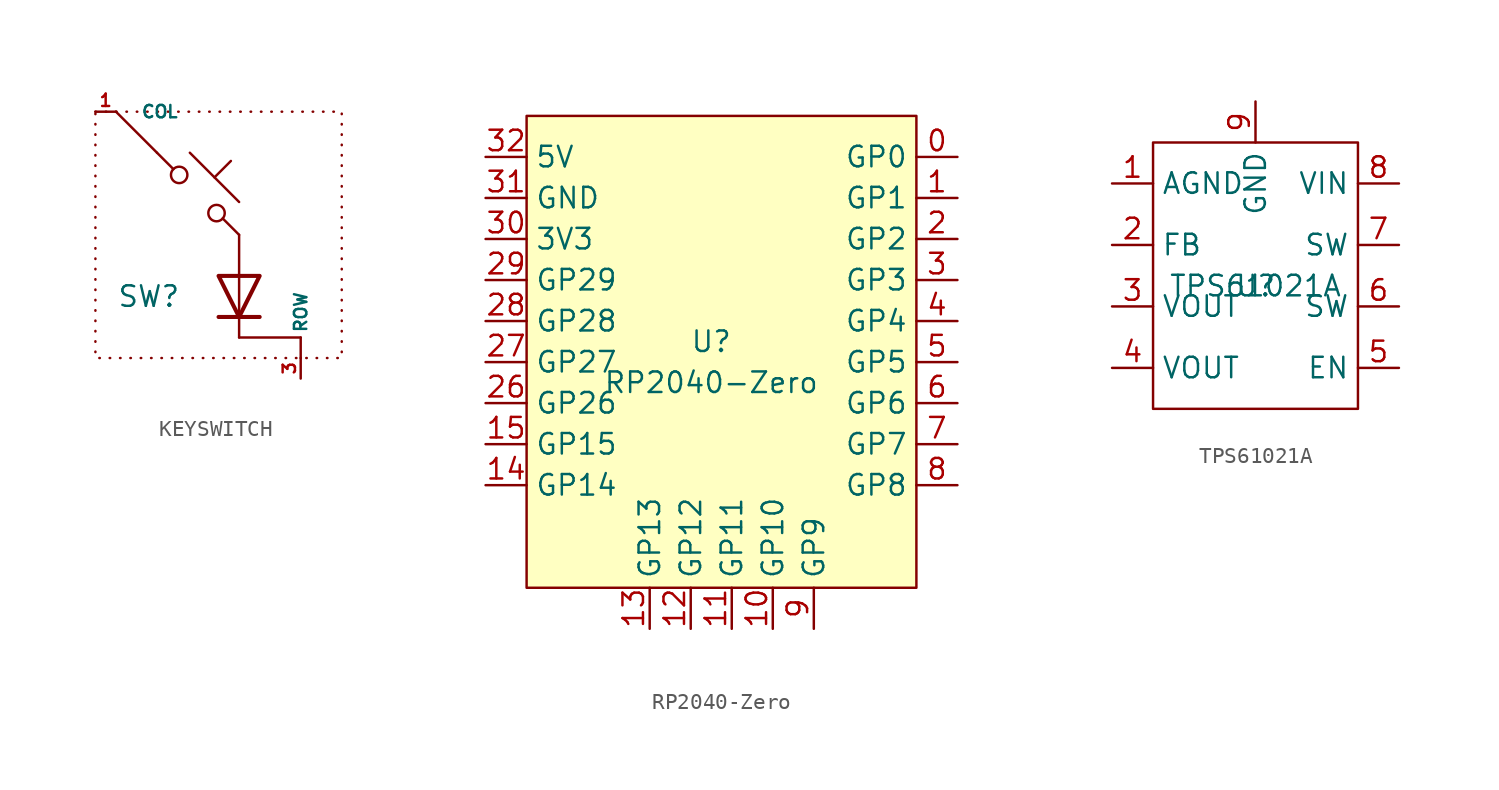
<source format=kicad_sym>
(kicad_symbol_lib
  (version 20231120)
  (generator "kicad_symbol_editor")
  (generator_version "8.0")
  (symbol "KEYSWITCH"
    (pin_names
      (offset 1.524))
    (property "Reference" "SW"
      (at -4.318 -3.81 0)
      (do_not_autoplace)
      (effects (font (size 1.27 1.27))))
    (property "Value" ""
      (at 1.27 -5.08 0)
      (effects (font (size 1.27 1.27))))
    (symbol "KEYSWITCH_0_1"
      (circle (center -2.438 3.708) (radius 0.508) (stroke (width 0) (type default)) (fill (type none)))
      (circle (center -0.127 1.346) (radius 0.508) (stroke (width 0) (type default)) (fill (type none)))
      (polyline (pts (xy -3.81 5.08) (xy -6.35 7.62)) (stroke (width 0) (type default)) (fill (type none)))
      (polyline (pts (xy -1.778 5.08) (xy 1.27 2.032)) (stroke (width 0) (type default)) (fill (type none)))
      (polyline (pts (xy -0.254 3.556) (xy 0.762 4.572)) (stroke (width 0) (type default)) (fill (type none)))
      (polyline (pts (xy 0 -5.08) (xy 2.54 -5.08)) (stroke (width 0.254) (type default)) (fill (type none)))
      (polyline (pts (xy 1.27 -6.35) (xy 1.27 -5.08)) (stroke (width 0) (type default)) (fill (type none)))
      (polyline (pts (xy 1.27 -2.54) (xy 1.27 -5.08)) (stroke (width 0) (type default)) (fill (type none)))
      (polyline (pts (xy 1.27 0) (xy 1.27 -2.54)) (stroke (width 0) (type default)) (fill (type none)))
      (polyline (pts (xy 5.08 -7.62) (xy 5.08 -6.35)) (stroke (width 0) (type default)) (fill (type none)))
      (polyline (pts (xy 5.08 -6.35) (xy 1.27 -6.35)) (stroke (width 0) (type default)) (fill (type none)))
      (polyline (pts (xy -3.81 5.08) (xy -2.794 4.064) (xy -2.794 4.064)) (stroke (width 0) (type default)) (fill (type none)))
      (polyline (pts (xy 0 -2.54) (xy 2.54 -2.54) (xy 1.27 -5.08) (xy 0 -2.54)) (stroke (width 0.254) (type default)) (fill (type none)))
      (polyline (pts (xy 0.254 1.016) (xy 1.27 0) (xy 1.27 0) (xy 1.27 0)) (stroke (width 0) (type default)) (fill (type none))))
    (symbol "KEYSWITCH_1_1"
      (rectangle (start -7.62 7.62) (end 7.62 -7.62) (stroke (width 0) (type dot)) (fill (type none)))
      (pin input line (at -7.62 7.62 0) (length 1.27) (name "COL" (effects (font (size 0.762 0.762)))) (number "1" (effects (font (size 0.762 0.762)))))
      (pin passive line (at 1.27 0 180) (length 0) hide (name "2" (effects (font (size 0.508 0.508)))) (number "2" (effects (font (size 0.508 0.508)))))
      (pin output line (at 5.08 -8.89 90) (length 1.27) (name "ROW" (effects (font (size 0.762 0.762)))) (number "3" (effects (font (size 0.762 0.762)))))))
  (symbol "RP2040-Zero"
    (property "Reference" "U"
      (at 0 0 0)
      (effects (font (size 1.27 1.27))))
    (property "Value" "RP2040-Zero"
      (at 0 -2.54 0)
      (effects (font (size 1.27 1.27))))
    (symbol "RP2040-Zero_0_1"
      (rectangle (start -11.43 13.97) (end 12.7 -15.24) (stroke (width 0) (type default)) (fill (type background))))
    (symbol "RP2040-Zero_1_1"
      (pin bidirectional line (at 15.24 11.43 180) (length 2.54) (name "GP0" (effects (font (size 1.27 1.27)))) (number "0" (effects (font (size 1.27 1.27)))))
      (pin bidirectional line (at 15.24 8.89 180) (length 2.54) (name "GP1" (effects (font (size 1.27 1.27)))) (number "1" (effects (font (size 1.27 1.27)))))
      (pin bidirectional line (at 3.81 -17.78 90) (length 2.54) (name "GP10" (effects (font (size 1.27 1.27)))) (number "10" (effects (font (size 1.27 1.27)))))
      (pin bidirectional line (at 1.27 -17.78 90) (length 2.54) (name "GP11" (effects (font (size 1.27 1.27)))) (number "11" (effects (font (size 1.27 1.27)))))
      (pin bidirectional line (at -1.27 -17.78 90) (length 2.54) (name "GP12" (effects (font (size 1.27 1.27)))) (number "12" (effects (font (size 1.27 1.27)))))
      (pin bidirectional line (at -3.81 -17.78 90) (length 2.54) (name "GP13" (effects (font (size 1.27 1.27)))) (number "13" (effects (font (size 1.27 1.27)))))
      (pin bidirectional line (at -13.97 -8.89 0) (length 2.54) (name "GP14" (effects (font (size 1.27 1.27)))) (number "14" (effects (font (size 1.27 1.27)))))
      (pin bidirectional line (at -13.97 -6.35 0) (length 2.54) (name "GP15" (effects (font (size 1.27 1.27)))) (number "15" (effects (font (size 1.27 1.27)))))
      (pin bidirectional line (at 15.24 6.35 180) (length 2.54) (name "GP2" (effects (font (size 1.27 1.27)))) (number "2" (effects (font (size 1.27 1.27)))))
      (pin bidirectional line (at -13.97 -3.81 0) (length 2.54) (name "GP26" (effects (font (size 1.27 1.27)))) (number "26" (effects (font (size 1.27 1.27)))))
      (pin bidirectional line (at -13.97 -1.27 0) (length 2.54) (name "GP27" (effects (font (size 1.27 1.27)))) (number "27" (effects (font (size 1.27 1.27)))))
      (pin bidirectional line (at -13.97 1.27 0) (length 2.54) (name "GP28" (effects (font (size 1.27 1.27)))) (number "28" (effects (font (size 1.27 1.27)))))
      (pin bidirectional line (at -13.97 3.81 0) (length 2.54) (name "GP29" (effects (font (size 1.27 1.27)))) (number "29" (effects (font (size 1.27 1.27)))))
      (pin bidirectional line (at 15.24 3.81 180) (length 2.54) (name "GP3" (effects (font (size 1.27 1.27)))) (number "3" (effects (font (size 1.27 1.27)))))
      (pin power_in line (at -13.97 6.35 0) (length 2.54) (name "3V3" (effects (font (size 1.27 1.27)))) (number "30" (effects (font (size 1.27 1.27)))))
      (pin power_in line (at -13.97 8.89 0) (length 2.54) (name "GND" (effects (font (size 1.27 1.27)))) (number "31" (effects (font (size 1.27 1.27)))))
      (pin power_in line (at -13.97 11.43 0) (length 2.54) (name "5V" (effects (font (size 1.27 1.27)))) (number "32" (effects (font (size 1.27 1.27)))))
      (pin bidirectional line (at 15.24 1.27 180) (length 2.54) (name "GP4" (effects (font (size 1.27 1.27)))) (number "4" (effects (font (size 1.27 1.27)))))
      (pin bidirectional line (at 15.24 -1.27 180) (length 2.54) (name "GP5" (effects (font (size 1.27 1.27)))) (number "5" (effects (font (size 1.27 1.27)))))
      (pin bidirectional line (at 15.24 -3.81 180) (length 2.54) (name "GP6" (effects (font (size 1.27 1.27)))) (number "6" (effects (font (size 1.27 1.27)))))
      (pin bidirectional line (at 15.24 -6.35 180) (length 2.54) (name "GP7" (effects (font (size 1.27 1.27)))) (number "7" (effects (font (size 1.27 1.27)))))
      (pin bidirectional line (at 15.24 -8.89 180) (length 2.54) (name "GP8" (effects (font (size 1.27 1.27)))) (number "8" (effects (font (size 1.27 1.27)))))
      (pin bidirectional line (at 6.35 -17.78 90) (length 2.54) (name "GP9" (effects (font (size 1.27 1.27)))) (number "9" (effects (font (size 1.27 1.27)))))))
  (symbol "TPS61021A"
    (property "Reference" "U"
      (at 0 0 0)
      (effects (font (size 1.27 1.27))))
    (property "Value" "TPS61021A"
      (at 0 0 0)
      (effects (font (size 1.27 1.27))))
    (symbol "TPS61021A_0_1"
      (rectangle (start -6.35 8.89) (end 6.35 -7.62) (stroke (width 0) (type default)) (fill (type none))))
    (symbol "TPS61021A_1_1"
      (pin power_in line (at -8.89 6.35 0) (length 2.54) (name "AGND" (effects (font (size 1.27 1.27)))) (number "1" (effects (font (size 1.27 1.27)))))
      (pin input line (at -8.89 2.54 0) (length 2.54) (name "FB" (effects (font (size 1.27 1.27)))) (number "2" (effects (font (size 1.27 1.27)))))
      (pin power_out line (at -8.89 -1.27 0) (length 2.54) (name "VOUT" (effects (font (size 1.27 1.27)))) (number "3" (effects (font (size 1.27 1.27)))))
      (pin power_out line (at -8.89 -5.08 0) (length 2.54) (name "VOUT" (effects (font (size 1.27 1.27)))) (number "4" (effects (font (size 1.27 1.27)))))
      (pin input line (at 8.89 -5.08 180) (length 2.54) (name "EN" (effects (font (size 1.27 1.27)))) (number "5" (effects (font (size 1.27 1.27)))))
      (pin input line (at 8.89 -1.27 180) (length 2.54) (name "SW" (effects (font (size 1.27 1.27)))) (number "6" (effects (font (size 1.27 1.27)))))
      (pin input line (at 8.89 2.54 180) (length 2.54) (name "SW" (effects (font (size 1.27 1.27)))) (number "7" (effects (font (size 1.27 1.27)))))
      (pin power_in line (at 8.89 6.35 180) (length 2.54) (name "VIN" (effects (font (size 1.27 1.27)))) (number "8" (effects (font (size 1.27 1.27)))))
      (pin power_in line (at 0 11.43 270) (length 2.54) (name "GND" (effects (font (size 1.27 1.27)))) (number "9" (effects (font (size 1.27 1.27))))))))
</source>
